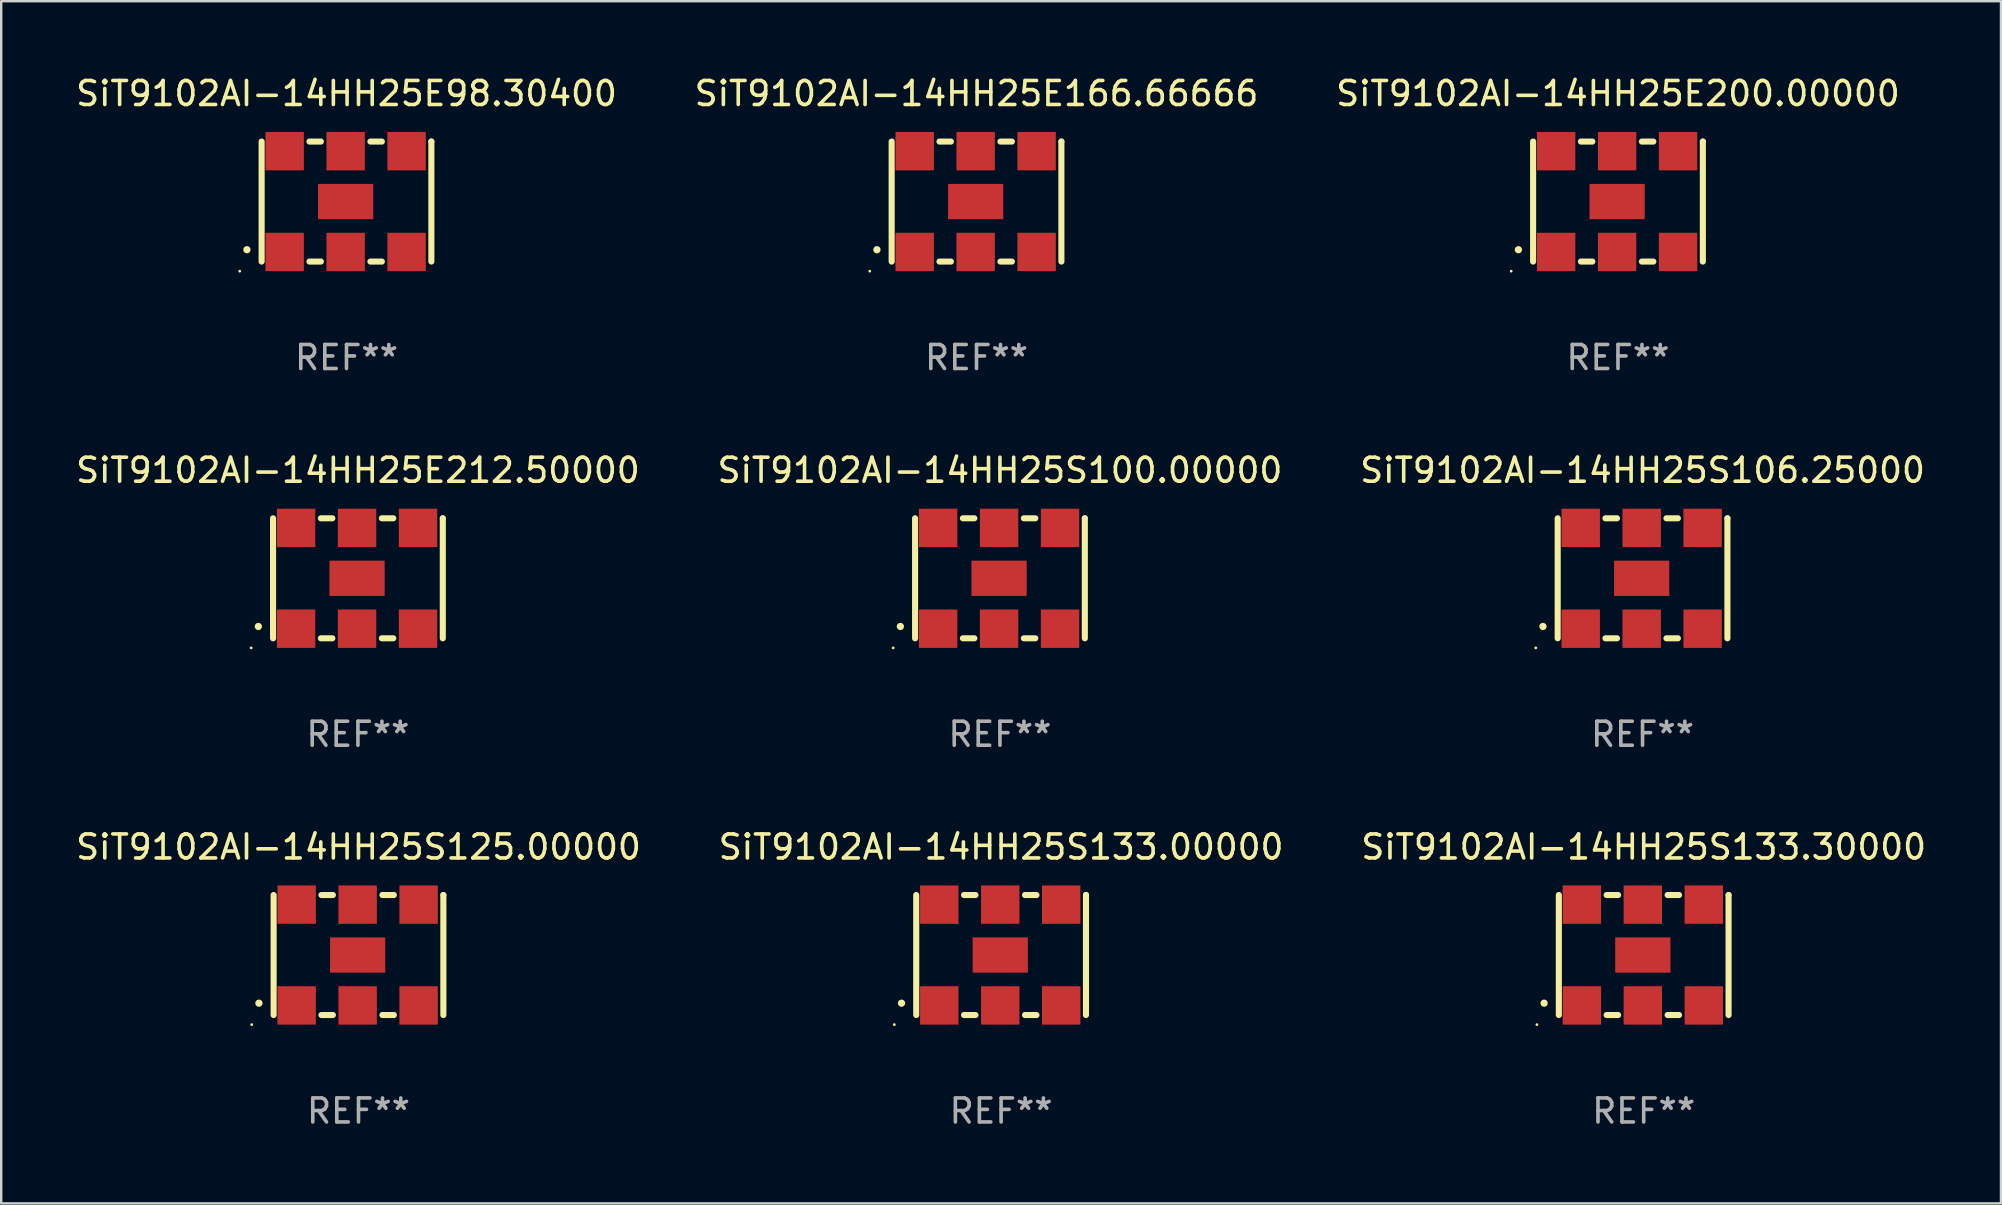
<source format=kicad_pcb>
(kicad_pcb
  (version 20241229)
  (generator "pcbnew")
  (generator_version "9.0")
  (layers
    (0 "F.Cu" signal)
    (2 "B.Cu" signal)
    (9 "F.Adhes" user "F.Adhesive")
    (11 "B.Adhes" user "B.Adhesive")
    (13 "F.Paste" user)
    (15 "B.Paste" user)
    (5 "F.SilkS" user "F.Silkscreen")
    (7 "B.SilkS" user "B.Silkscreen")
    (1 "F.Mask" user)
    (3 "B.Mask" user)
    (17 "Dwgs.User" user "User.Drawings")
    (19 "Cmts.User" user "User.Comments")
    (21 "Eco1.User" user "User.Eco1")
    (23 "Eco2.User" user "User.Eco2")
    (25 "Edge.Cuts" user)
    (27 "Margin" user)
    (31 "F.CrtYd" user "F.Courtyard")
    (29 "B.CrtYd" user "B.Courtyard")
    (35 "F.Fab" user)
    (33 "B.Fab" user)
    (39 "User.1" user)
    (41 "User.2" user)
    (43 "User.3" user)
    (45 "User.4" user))
  (footprint "SiT9102AI-14HH25S106.25000"
    (layer "F.Cu")
    (at 65.387 21.045)
    (property "Reference" "SiT9102AI-14HH25S106.25000" (at 0 -4.5 0) (layer "F.SilkS") (effects (font (size 1 1) (thickness 0.15))))
    (attr through_hole)
    (fp_line (start -3.536 -2.5) (end -3.536 2.5) (stroke (width 0.254) (type solid)) (layer "F.SilkS"))
    (fp_line (start -1.544 2.5) (end -1.067 2.5) (stroke (width 0.254) (type solid)) (layer "F.SilkS"))
    (fp_line (start -1.067 -2.5) (end -1.544 -2.5) (stroke (width 0.254) (type solid)) (layer "F.SilkS"))
    (fp_line (start 0.996 2.5) (end 1.473 2.5) (stroke (width 0.254) (type solid)) (layer "F.SilkS"))
    (fp_line (start 1.473 -2.5) (end 0.996 -2.5) (stroke (width 0.254) (type solid)) (layer "F.SilkS"))
    (fp_line (start 3.536 -2.5) (end 3.536 -2.5) (stroke (width 0.254) (type solid)) (layer "F.SilkS"))
    (fp_line (start 3.536 2.5) (end 3.536 -2.5) (stroke (width 0.254) (type solid)) (layer "F.SilkS"))
    (fp_arc (start -4.150432 2.006604) (mid -4.149162 2.006599) (end -4.147892 2.006604) (stroke (width 0.3) (type solid)) (layer "F.SilkS"))
    (fp_circle (center -4.449 2.9) (end -4.419 2.9) (stroke (width 0.06) (type solid)) (fill no) (layer "F.SilkS"))
    (fp_text user "REF**" (at 0 6.5 0) (layer "F.Fab") (effects (font (size 1 1) (thickness 0.15))))
    (pad "1" smd rect (at -2.576 2.1) (size 1.6 1.6) (layers "F.Cu" "F.Mask" "F.Paste"))
    (pad "2" smd rect (at -0.036 2.1) (size 1.6 1.6) (layers "F.Cu" "F.Mask" "F.Paste"))
    (pad "3" smd rect (at 2.504 2.1) (size 1.6 1.6) (layers "F.Cu" "F.Mask" "F.Paste"))
    (pad "4" smd rect (at 2.504 -2.1) (size 1.6 1.6) (layers "F.Cu" "F.Mask" "F.Paste"))
    (pad "5" smd rect (at -0.036 -2.1) (size 1.6 1.6) (layers "F.Cu" "F.Mask" "F.Paste"))
    (pad "6" smd rect (at -2.576 -2.1) (size 1.6 1.6) (layers "F.Cu" "F.Mask" "F.Paste"))
    (pad "7" smd rect (at -0.036 0) (size 2.3 1.47) (layers "F.Cu" "F.Mask" "F.Paste")))
  (footprint "SiT9102AI-14HH25E98.30400"
    (layer "F.Cu")
    (at 11.387 5.348)
    (property "Reference" "SiT9102AI-14HH25E98.30400" (at 0 -4.5 0) (layer "F.SilkS") (effects (font (size 1 1) (thickness 0.15))))
    (attr through_hole)
    (fp_line (start -3.536 -2.5) (end -3.536 2.5) (stroke (width 0.254) (type solid)) (layer "F.SilkS"))
    (fp_line (start -1.544 2.5) (end -1.067 2.5) (stroke (width 0.254) (type solid)) (layer "F.SilkS"))
    (fp_line (start -1.067 -2.5) (end -1.544 -2.5) (stroke (width 0.254) (type solid)) (layer "F.SilkS"))
    (fp_line (start 0.996 2.5) (end 1.473 2.5) (stroke (width 0.254) (type solid)) (layer "F.SilkS"))
    (fp_line (start 1.473 -2.5) (end 0.996 -2.5) (stroke (width 0.254) (type solid)) (layer "F.SilkS"))
    (fp_line (start 3.536 -2.5) (end 3.536 -2.5) (stroke (width 0.254) (type solid)) (layer "F.SilkS"))
    (fp_line (start 3.536 2.5) (end 3.536 -2.5) (stroke (width 0.254) (type solid)) (layer "F.SilkS"))
    (fp_arc (start -4.150432 2.006604) (mid -4.149162 2.006599) (end -4.147892 2.006604) (stroke (width 0.3) (type solid)) (layer "F.SilkS"))
    (fp_circle (center -4.449 2.9) (end -4.419 2.9) (stroke (width 0.06) (type solid)) (fill no) (layer "F.SilkS"))
    (fp_text user "REF**" (at 0 6.5 0) (layer "F.Fab") (effects (font (size 1 1) (thickness 0.15))))
    (pad "1" smd rect (at -2.576 2.1) (size 1.6 1.6) (layers "F.Cu" "F.Mask" "F.Paste"))
    (pad "2" smd rect (at -0.036 2.1) (size 1.6 1.6) (layers "F.Cu" "F.Mask" "F.Paste"))
    (pad "3" smd rect (at 2.504 2.1) (size 1.6 1.6) (layers "F.Cu" "F.Mask" "F.Paste"))
    (pad "4" smd rect (at 2.504 -2.1) (size 1.6 1.6) (layers "F.Cu" "F.Mask" "F.Paste"))
    (pad "5" smd rect (at -0.036 -2.1) (size 1.6 1.6) (layers "F.Cu" "F.Mask" "F.Paste"))
    (pad "6" smd rect (at -2.576 -2.1) (size 1.6 1.6) (layers "F.Cu" "F.Mask" "F.Paste"))
    (pad "7" smd rect (at -0.036 0) (size 2.3 1.47) (layers "F.Cu" "F.Mask" "F.Paste")))
  (footprint "SiT9102AI-14HH25S133.30000"
    (layer "F.Cu")
    (at 65.435 36.741)
    (property "Reference" "SiT9102AI-14HH25S133.30000" (at 0 -4.5 0) (layer "F.SilkS") (effects (font (size 1 1) (thickness 0.15))))
    (attr through_hole)
    (fp_line (start -3.536 -2.5) (end -3.536 2.5) (stroke (width 0.254) (type solid)) (layer "F.SilkS"))
    (fp_line (start -1.544 2.5) (end -1.067 2.5) (stroke (width 0.254) (type solid)) (layer "F.SilkS"))
    (fp_line (start -1.067 -2.5) (end -1.544 -2.5) (stroke (width 0.254) (type solid)) (layer "F.SilkS"))
    (fp_line (start 0.996 2.5) (end 1.473 2.5) (stroke (width 0.254) (type solid)) (layer "F.SilkS"))
    (fp_line (start 1.473 -2.5) (end 0.996 -2.5) (stroke (width 0.254) (type solid)) (layer "F.SilkS"))
    (fp_line (start 3.536 -2.5) (end 3.536 -2.5) (stroke (width 0.254) (type solid)) (layer "F.SilkS"))
    (fp_line (start 3.536 2.5) (end 3.536 -2.5) (stroke (width 0.254) (type solid)) (layer "F.SilkS"))
    (fp_arc (start -4.150432 2.006604) (mid -4.149162 2.006599) (end -4.147892 2.006604) (stroke (width 0.3) (type solid)) (layer "F.SilkS"))
    (fp_circle (center -4.449 2.9) (end -4.419 2.9) (stroke (width 0.06) (type solid)) (fill no) (layer "F.SilkS"))
    (fp_text user "REF**" (at 0 6.5 0) (layer "F.Fab") (effects (font (size 1 1) (thickness 0.15))))
    (pad "1" smd rect (at -2.576 2.1) (size 1.6 1.6) (layers "F.Cu" "F.Mask" "F.Paste"))
    (pad "2" smd rect (at -0.036 2.1) (size 1.6 1.6) (layers "F.Cu" "F.Mask" "F.Paste"))
    (pad "3" smd rect (at 2.504 2.1) (size 1.6 1.6) (layers "F.Cu" "F.Mask" "F.Paste"))
    (pad "4" smd rect (at 2.504 -2.1) (size 1.6 1.6) (layers "F.Cu" "F.Mask" "F.Paste"))
    (pad "5" smd rect (at -0.036 -2.1) (size 1.6 1.6) (layers "F.Cu" "F.Mask" "F.Paste"))
    (pad "6" smd rect (at -2.576 -2.1) (size 1.6 1.6) (layers "F.Cu" "F.Mask" "F.Paste"))
    (pad "7" smd rect (at -0.036 0) (size 2.3 1.47) (layers "F.Cu" "F.Mask" "F.Paste")))
  (footprint "SiT9102AI-14HH25S100.00000"
    (layer "F.Cu")
    (at 38.613 21.045)
    (property "Reference" "SiT9102AI-14HH25S100.00000" (at 0 -4.5 0) (layer "F.SilkS") (effects (font (size 1 1) (thickness 0.15))))
    (attr through_hole)
    (fp_line (start -3.536 -2.5) (end -3.536 2.5) (stroke (width 0.254) (type solid)) (layer "F.SilkS"))
    (fp_line (start -1.544 2.5) (end -1.067 2.5) (stroke (width 0.254) (type solid)) (layer "F.SilkS"))
    (fp_line (start -1.067 -2.5) (end -1.544 -2.5) (stroke (width 0.254) (type solid)) (layer "F.SilkS"))
    (fp_line (start 0.996 2.5) (end 1.473 2.5) (stroke (width 0.254) (type solid)) (layer "F.SilkS"))
    (fp_line (start 1.473 -2.5) (end 0.996 -2.5) (stroke (width 0.254) (type solid)) (layer "F.SilkS"))
    (fp_line (start 3.536 -2.5) (end 3.536 -2.5) (stroke (width 0.254) (type solid)) (layer "F.SilkS"))
    (fp_line (start 3.536 2.5) (end 3.536 -2.5) (stroke (width 0.254) (type solid)) (layer "F.SilkS"))
    (fp_arc (start -4.150432 2.006604) (mid -4.149162 2.006599) (end -4.147892 2.006604) (stroke (width 0.3) (type solid)) (layer "F.SilkS"))
    (fp_circle (center -4.449 2.9) (end -4.419 2.9) (stroke (width 0.06) (type solid)) (fill no) (layer "F.SilkS"))
    (fp_text user "REF**" (at 0 6.5 0) (layer "F.Fab") (effects (font (size 1 1) (thickness 0.15))))
    (pad "1" smd rect (at -2.576 2.1) (size 1.6 1.6) (layers "F.Cu" "F.Mask" "F.Paste"))
    (pad "2" smd rect (at -0.036 2.1) (size 1.6 1.6) (layers "F.Cu" "F.Mask" "F.Paste"))
    (pad "3" smd rect (at 2.504 2.1) (size 1.6 1.6) (layers "F.Cu" "F.Mask" "F.Paste"))
    (pad "4" smd rect (at 2.504 -2.1) (size 1.6 1.6) (layers "F.Cu" "F.Mask" "F.Paste"))
    (pad "5" smd rect (at -0.036 -2.1) (size 1.6 1.6) (layers "F.Cu" "F.Mask" "F.Paste"))
    (pad "6" smd rect (at -2.576 -2.1) (size 1.6 1.6) (layers "F.Cu" "F.Mask" "F.Paste"))
    (pad "7" smd rect (at -0.036 0) (size 2.3 1.47) (layers "F.Cu" "F.Mask" "F.Paste")))
  (footprint "SiT9102AI-14HH25E200.00000"
    (layer "F.Cu")
    (at 64.363 5.348)
    (property "Reference" "SiT9102AI-14HH25E200.00000" (at 0 -4.5 0) (layer "F.SilkS") (effects (font (size 1 1) (thickness 0.15))))
    (attr through_hole)
    (fp_line (start -3.536 -2.5) (end -3.536 2.5) (stroke (width 0.254) (type solid)) (layer "F.SilkS"))
    (fp_line (start -1.544 2.5) (end -1.067 2.5) (stroke (width 0.254) (type solid)) (layer "F.SilkS"))
    (fp_line (start -1.067 -2.5) (end -1.544 -2.5) (stroke (width 0.254) (type solid)) (layer "F.SilkS"))
    (fp_line (start 0.996 2.5) (end 1.473 2.5) (stroke (width 0.254) (type solid)) (layer "F.SilkS"))
    (fp_line (start 1.473 -2.5) (end 0.996 -2.5) (stroke (width 0.254) (type solid)) (layer "F.SilkS"))
    (fp_line (start 3.536 -2.5) (end 3.536 -2.5) (stroke (width 0.254) (type solid)) (layer "F.SilkS"))
    (fp_line (start 3.536 2.5) (end 3.536 -2.5) (stroke (width 0.254) (type solid)) (layer "F.SilkS"))
    (fp_arc (start -4.150432 2.006604) (mid -4.149162 2.006599) (end -4.147892 2.006604) (stroke (width 0.3) (type solid)) (layer "F.SilkS"))
    (fp_circle (center -4.449 2.9) (end -4.419 2.9) (stroke (width 0.06) (type solid)) (fill no) (layer "F.SilkS"))
    (fp_text user "REF**" (at 0 6.5 0) (layer "F.Fab") (effects (font (size 1 1) (thickness 0.15))))
    (pad "1" smd rect (at -2.576 2.1) (size 1.6 1.6) (layers "F.Cu" "F.Mask" "F.Paste"))
    (pad "2" smd rect (at -0.036 2.1) (size 1.6 1.6) (layers "F.Cu" "F.Mask" "F.Paste"))
    (pad "3" smd rect (at 2.504 2.1) (size 1.6 1.6) (layers "F.Cu" "F.Mask" "F.Paste"))
    (pad "4" smd rect (at 2.504 -2.1) (size 1.6 1.6) (layers "F.Cu" "F.Mask" "F.Paste"))
    (pad "5" smd rect (at -0.036 -2.1) (size 1.6 1.6) (layers "F.Cu" "F.Mask" "F.Paste"))
    (pad "6" smd rect (at -2.576 -2.1) (size 1.6 1.6) (layers "F.Cu" "F.Mask" "F.Paste"))
    (pad "7" smd rect (at -0.036 0) (size 2.3 1.47) (layers "F.Cu" "F.Mask" "F.Paste")))
  (footprint "SiT9102AI-14HH25S125.00000"
    (layer "F.Cu")
    (at 11.887 36.741)
    (property "Reference" "SiT9102AI-14HH25S125.00000" (at 0 -4.5 0) (layer "F.SilkS") (effects (font (size 1 1) (thickness 0.15))))
    (attr through_hole)
    (fp_line (start -3.536 -2.5) (end -3.536 2.5) (stroke (width 0.254) (type solid)) (layer "F.SilkS"))
    (fp_line (start -1.544 2.5) (end -1.067 2.5) (stroke (width 0.254) (type solid)) (layer "F.SilkS"))
    (fp_line (start -1.067 -2.5) (end -1.544 -2.5) (stroke (width 0.254) (type solid)) (layer "F.SilkS"))
    (fp_line (start 0.996 2.5) (end 1.473 2.5) (stroke (width 0.254) (type solid)) (layer "F.SilkS"))
    (fp_line (start 1.473 -2.5) (end 0.996 -2.5) (stroke (width 0.254) (type solid)) (layer "F.SilkS"))
    (fp_line (start 3.536 -2.5) (end 3.536 -2.5) (stroke (width 0.254) (type solid)) (layer "F.SilkS"))
    (fp_line (start 3.536 2.5) (end 3.536 -2.5) (stroke (width 0.254) (type solid)) (layer "F.SilkS"))
    (fp_arc (start -4.150432 2.006604) (mid -4.149162 2.006599) (end -4.147892 2.006604) (stroke (width 0.3) (type solid)) (layer "F.SilkS"))
    (fp_circle (center -4.449 2.9) (end -4.419 2.9) (stroke (width 0.06) (type solid)) (fill no) (layer "F.SilkS"))
    (fp_text user "REF**" (at 0 6.5 0) (layer "F.Fab") (effects (font (size 1 1) (thickness 0.15))))
    (pad "1" smd rect (at -2.576 2.1) (size 1.6 1.6) (layers "F.Cu" "F.Mask" "F.Paste"))
    (pad "2" smd rect (at -0.036 2.1) (size 1.6 1.6) (layers "F.Cu" "F.Mask" "F.Paste"))
    (pad "3" smd rect (at 2.504 2.1) (size 1.6 1.6) (layers "F.Cu" "F.Mask" "F.Paste"))
    (pad "4" smd rect (at 2.504 -2.1) (size 1.6 1.6) (layers "F.Cu" "F.Mask" "F.Paste"))
    (pad "5" smd rect (at -0.036 -2.1) (size 1.6 1.6) (layers "F.Cu" "F.Mask" "F.Paste"))
    (pad "6" smd rect (at -2.576 -2.1) (size 1.6 1.6) (layers "F.Cu" "F.Mask" "F.Paste"))
    (pad "7" smd rect (at -0.036 0) (size 2.3 1.47) (layers "F.Cu" "F.Mask" "F.Paste")))
  (footprint "SiT9102AI-14HH25E212.50000"
    (layer "F.Cu")
    (at 11.863 21.045)
    (property "Reference" "SiT9102AI-14HH25E212.50000" (at 0 -4.5 0) (layer "F.SilkS") (effects (font (size 1 1) (thickness 0.15))))
    (attr through_hole)
    (fp_line (start -3.536 -2.5) (end -3.536 2.5) (stroke (width 0.254) (type solid)) (layer "F.SilkS"))
    (fp_line (start -1.544 2.5) (end -1.067 2.5) (stroke (width 0.254) (type solid)) (layer "F.SilkS"))
    (fp_line (start -1.067 -2.5) (end -1.544 -2.5) (stroke (width 0.254) (type solid)) (layer "F.SilkS"))
    (fp_line (start 0.996 2.5) (end 1.473 2.5) (stroke (width 0.254) (type solid)) (layer "F.SilkS"))
    (fp_line (start 1.473 -2.5) (end 0.996 -2.5) (stroke (width 0.254) (type solid)) (layer "F.SilkS"))
    (fp_line (start 3.536 -2.5) (end 3.536 -2.5) (stroke (width 0.254) (type solid)) (layer "F.SilkS"))
    (fp_line (start 3.536 2.5) (end 3.536 -2.5) (stroke (width 0.254) (type solid)) (layer "F.SilkS"))
    (fp_arc (start -4.150432 2.006604) (mid -4.149162 2.006599) (end -4.147892 2.006604) (stroke (width 0.3) (type solid)) (layer "F.SilkS"))
    (fp_circle (center -4.449 2.9) (end -4.419 2.9) (stroke (width 0.06) (type solid)) (fill no) (layer "F.SilkS"))
    (fp_text user "REF**" (at 0 6.5 0) (layer "F.Fab") (effects (font (size 1 1) (thickness 0.15))))
    (pad "1" smd rect (at -2.576 2.1) (size 1.6 1.6) (layers "F.Cu" "F.Mask" "F.Paste"))
    (pad "2" smd rect (at -0.036 2.1) (size 1.6 1.6) (layers "F.Cu" "F.Mask" "F.Paste"))
    (pad "3" smd rect (at 2.504 2.1) (size 1.6 1.6) (layers "F.Cu" "F.Mask" "F.Paste"))
    (pad "4" smd rect (at 2.504 -2.1) (size 1.6 1.6) (layers "F.Cu" "F.Mask" "F.Paste"))
    (pad "5" smd rect (at -0.036 -2.1) (size 1.6 1.6) (layers "F.Cu" "F.Mask" "F.Paste"))
    (pad "6" smd rect (at -2.576 -2.1) (size 1.6 1.6) (layers "F.Cu" "F.Mask" "F.Paste"))
    (pad "7" smd rect (at -0.036 0) (size 2.3 1.47) (layers "F.Cu" "F.Mask" "F.Paste")))
  (footprint "SiT9102AI-14HH25S133.00000"
    (layer "F.Cu")
    (at 38.661 36.741)
    (property "Reference" "SiT9102AI-14HH25S133.00000" (at 0 -4.5 0) (layer "F.SilkS") (effects (font (size 1 1) (thickness 0.15))))
    (attr through_hole)
    (fp_line (start -3.536 -2.5) (end -3.536 2.5) (stroke (width 0.254) (type solid)) (layer "F.SilkS"))
    (fp_line (start -1.544 2.5) (end -1.067 2.5) (stroke (width 0.254) (type solid)) (layer "F.SilkS"))
    (fp_line (start -1.067 -2.5) (end -1.544 -2.5) (stroke (width 0.254) (type solid)) (layer "F.SilkS"))
    (fp_line (start 0.996 2.5) (end 1.473 2.5) (stroke (width 0.254) (type solid)) (layer "F.SilkS"))
    (fp_line (start 1.473 -2.5) (end 0.996 -2.5) (stroke (width 0.254) (type solid)) (layer "F.SilkS"))
    (fp_line (start 3.536 -2.5) (end 3.536 -2.5) (stroke (width 0.254) (type solid)) (layer "F.SilkS"))
    (fp_line (start 3.536 2.5) (end 3.536 -2.5) (stroke (width 0.254) (type solid)) (layer "F.SilkS"))
    (fp_arc (start -4.150432 2.006604) (mid -4.149162 2.006599) (end -4.147892 2.006604) (stroke (width 0.3) (type solid)) (layer "F.SilkS"))
    (fp_circle (center -4.449 2.9) (end -4.419 2.9) (stroke (width 0.06) (type solid)) (fill no) (layer "F.SilkS"))
    (fp_text user "REF**" (at 0 6.5 0) (layer "F.Fab") (effects (font (size 1 1) (thickness 0.15))))
    (pad "1" smd rect (at -2.576 2.1) (size 1.6 1.6) (layers "F.Cu" "F.Mask" "F.Paste"))
    (pad "2" smd rect (at -0.036 2.1) (size 1.6 1.6) (layers "F.Cu" "F.Mask" "F.Paste"))
    (pad "3" smd rect (at 2.504 2.1) (size 1.6 1.6) (layers "F.Cu" "F.Mask" "F.Paste"))
    (pad "4" smd rect (at 2.504 -2.1) (size 1.6 1.6) (layers "F.Cu" "F.Mask" "F.Paste"))
    (pad "5" smd rect (at -0.036 -2.1) (size 1.6 1.6) (layers "F.Cu" "F.Mask" "F.Paste"))
    (pad "6" smd rect (at -2.576 -2.1) (size 1.6 1.6) (layers "F.Cu" "F.Mask" "F.Paste"))
    (pad "7" smd rect (at -0.036 0) (size 2.3 1.47) (layers "F.Cu" "F.Mask" "F.Paste")))
  (footprint "SiT9102AI-14HH25E166.66666"
    (layer "F.Cu")
    (at 37.637 5.348)
    (property "Reference" "SiT9102AI-14HH25E166.66666" (at 0 -4.5 0) (layer "F.SilkS") (effects (font (size 1 1) (thickness 0.15))))
    (attr through_hole)
    (fp_line (start -3.536 -2.5) (end -3.536 2.5) (stroke (width 0.254) (type solid)) (layer "F.SilkS"))
    (fp_line (start -1.544 2.5) (end -1.067 2.5) (stroke (width 0.254) (type solid)) (layer "F.SilkS"))
    (fp_line (start -1.067 -2.5) (end -1.544 -2.5) (stroke (width 0.254) (type solid)) (layer "F.SilkS"))
    (fp_line (start 0.996 2.5) (end 1.473 2.5) (stroke (width 0.254) (type solid)) (layer "F.SilkS"))
    (fp_line (start 1.473 -2.5) (end 0.996 -2.5) (stroke (width 0.254) (type solid)) (layer "F.SilkS"))
    (fp_line (start 3.536 -2.5) (end 3.536 -2.5) (stroke (width 0.254) (type solid)) (layer "F.SilkS"))
    (fp_line (start 3.536 2.5) (end 3.536 -2.5) (stroke (width 0.254) (type solid)) (layer "F.SilkS"))
    (fp_arc (start -4.150432 2.006604) (mid -4.149162 2.006599) (end -4.147892 2.006604) (stroke (width 0.3) (type solid)) (layer "F.SilkS"))
    (fp_circle (center -4.449 2.9) (end -4.419 2.9) (stroke (width 0.06) (type solid)) (fill no) (layer "F.SilkS"))
    (fp_text user "REF**" (at 0 6.5 0) (layer "F.Fab") (effects (font (size 1 1) (thickness 0.15))))
    (pad "1" smd rect (at -2.576 2.1) (size 1.6 1.6) (layers "F.Cu" "F.Mask" "F.Paste"))
    (pad "2" smd rect (at -0.036 2.1) (size 1.6 1.6) (layers "F.Cu" "F.Mask" "F.Paste"))
    (pad "3" smd rect (at 2.504 2.1) (size 1.6 1.6) (layers "F.Cu" "F.Mask" "F.Paste"))
    (pad "4" smd rect (at 2.504 -2.1) (size 1.6 1.6) (layers "F.Cu" "F.Mask" "F.Paste"))
    (pad "5" smd rect (at -0.036 -2.1) (size 1.6 1.6) (layers "F.Cu" "F.Mask" "F.Paste"))
    (pad "6" smd rect (at -2.576 -2.1) (size 1.6 1.6) (layers "F.Cu" "F.Mask" "F.Paste"))
    (pad "7" smd rect (at -0.036 0) (size 2.3 1.47) (layers "F.Cu" "F.Mask" "F.Paste")))
  (gr_rect
    (start -3 -3)
    (end 80.321 47.09)
    (stroke (width 0.1) (type default))
    (fill no)
    (layer "Edge.Cuts")))
</source>
